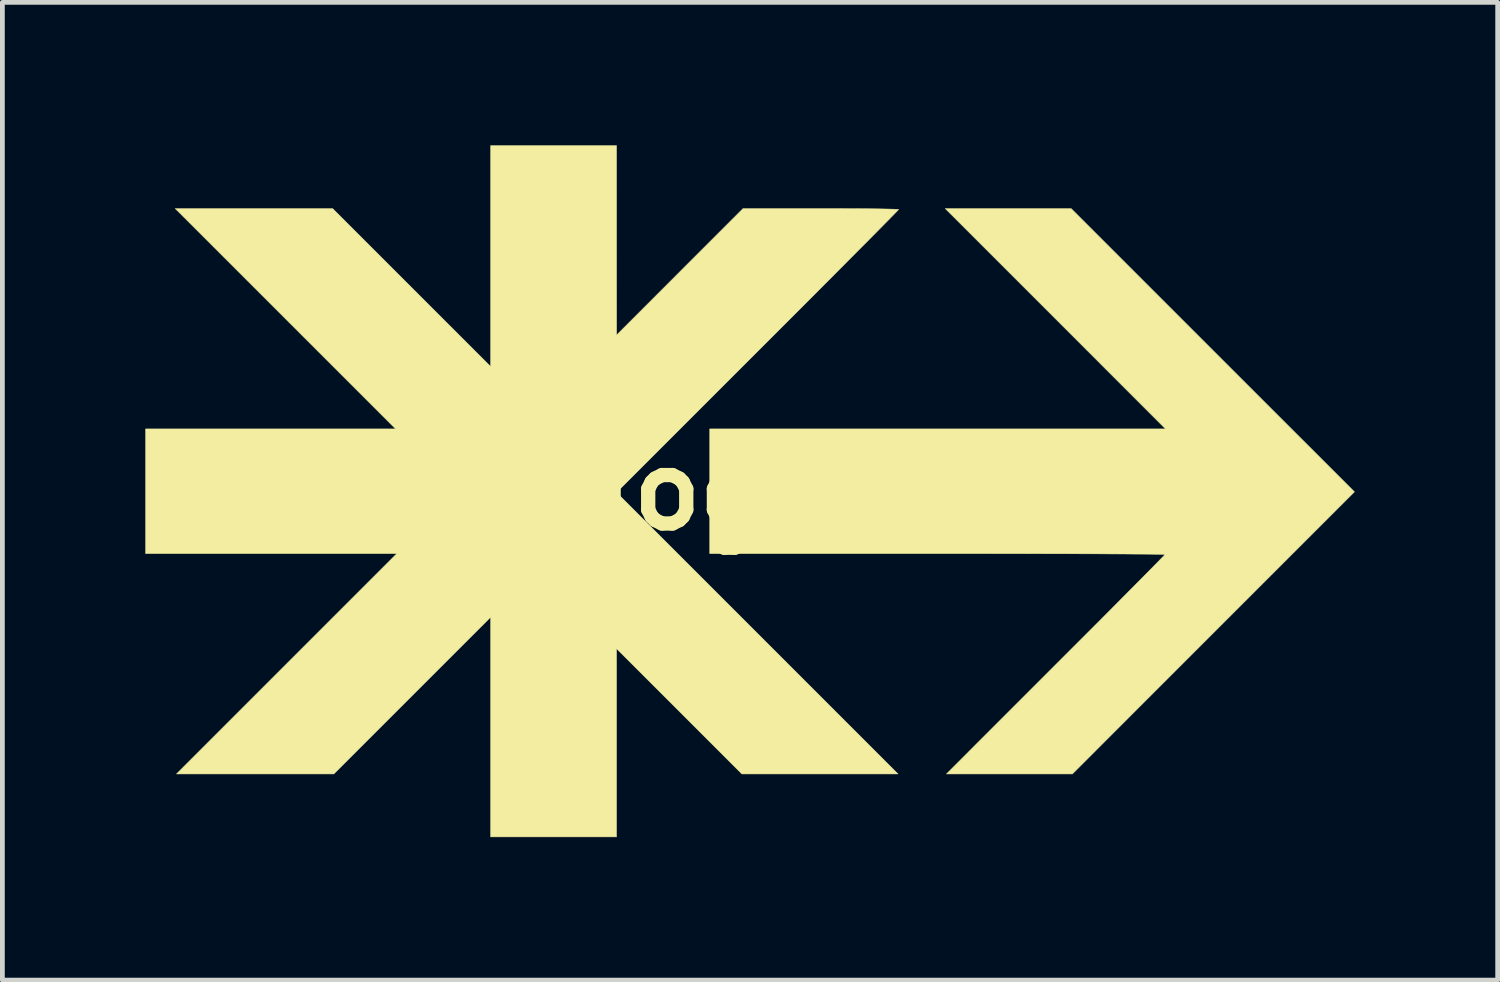
<source format=kicad_pcb>
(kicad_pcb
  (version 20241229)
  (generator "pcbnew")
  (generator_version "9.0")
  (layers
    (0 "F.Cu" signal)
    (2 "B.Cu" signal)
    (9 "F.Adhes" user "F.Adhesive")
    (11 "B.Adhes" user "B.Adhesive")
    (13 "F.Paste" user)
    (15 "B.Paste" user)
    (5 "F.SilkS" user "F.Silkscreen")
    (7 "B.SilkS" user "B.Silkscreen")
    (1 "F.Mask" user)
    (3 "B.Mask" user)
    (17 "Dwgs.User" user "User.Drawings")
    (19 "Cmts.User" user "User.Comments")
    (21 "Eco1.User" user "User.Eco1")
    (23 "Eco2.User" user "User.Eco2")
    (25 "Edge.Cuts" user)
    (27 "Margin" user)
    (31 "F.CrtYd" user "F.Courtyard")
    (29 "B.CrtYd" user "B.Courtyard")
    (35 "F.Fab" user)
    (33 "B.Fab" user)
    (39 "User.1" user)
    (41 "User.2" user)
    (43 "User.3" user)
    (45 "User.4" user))
  (footprint "logoX"
    (layer "F.Cu")
    (at 12.654 7.244)
    (property "Reference" "logoX" (at 0 0 0) (layer "F.SilkS") (effects (font (size 1.524 1.524) (thickness 0.3))))
    (attr through_hole)
    (fp_poly (pts (xy 9.741 -2.946) (xy 12.713 0.025) (xy 9.754 2.984) (xy 6.795 5.944) (xy 4.153 5.944) (xy 6.445 3.651) (xy 6.729 3.367) (xy 7.003 3.093) (xy 7.265 2.831) (xy 7.512 2.583) (xy 7.742 2.351) (xy 7.954 2.137) (xy 8.146 1.944) (xy 8.314 1.774) (xy 8.457 1.629) (xy 8.573 1.511) (xy 8.66 1.422) (xy 8.716 1.364) (xy 8.737 1.34) (xy 8.738 1.34) (xy 8.713 1.338) (xy 8.639 1.336) (xy 8.52 1.334) (xy 8.358 1.332) (xy 8.154 1.331) (xy 7.912 1.329) (xy 7.635 1.328) (xy 7.324 1.326) (xy 6.982 1.325) (xy 6.611 1.324) (xy 6.214 1.323) (xy 5.794 1.322) (xy 5.353 1.322) (xy 4.893 1.321) (xy 4.418 1.321) (xy 3.962 1.321) (xy -0.813 1.321) (xy -0.813 -1.295) (xy 8.75 -1.295) (xy 6.439 -3.607) (xy 4.128 -5.918) (xy 6.769 -5.918) (xy 9.741 -2.946)) (stroke (width 0.01) (type solid)) (fill yes) (layer "F.SilkS"))
    (fp_poly (pts (xy -2.768 -3.264) (xy -1.442 -4.591) (xy -0.115 -5.918) (xy 1.517 -5.918) (xy 1.8 -5.918) (xy 2.067 -5.917) (xy 2.315 -5.916) (xy 2.538 -5.914) (xy 2.734 -5.912) (xy 2.896 -5.909) (xy 3.022 -5.906) (xy 3.107 -5.903) (xy 3.147 -5.9) (xy 3.15 -5.899) (xy 3.132 -5.879) (xy 3.08 -5.826) (xy 2.996 -5.74) (xy 2.882 -5.624) (xy 2.739 -5.479) (xy 2.57 -5.308) (xy 2.376 -5.113) (xy 2.159 -4.895) (xy 1.922 -4.656) (xy 1.665 -4.398) (xy 1.391 -4.123) (xy 1.102 -3.833) (xy 0.799 -3.53) (xy 0.484 -3.215) (xy 0.19 -2.921) (xy -2.769 0.038) (xy 0.184 2.991) (xy 3.137 5.944) (xy -0.14 5.944) (xy -1.454 4.629) (xy -2.769 3.315) (xy -2.769 7.264) (xy -5.41 7.264) (xy -5.41 2.654) (xy -8.7 5.944) (xy -12.001 5.944) (xy -9.69 3.632) (xy -7.379 1.321) (xy -12.649 1.321) (xy -12.649 -1.295) (xy -10.027 -1.295) (xy -7.404 -1.295) (xy -9.716 -3.607) (xy -12.027 -5.918) (xy -10.376 -5.918) (xy -8.725 -5.918) (xy -7.068 -4.261) (xy -5.41 -2.604) (xy -5.41 -7.239) (xy -2.769 -7.239) (xy -2.768 -3.264)) (stroke (width 0.01) (type solid)) (fill yes) (layer "F.SilkS")))
  (gr_rect
    (start -3 -3)
    (end 28.372 17.513)
    (stroke (width 0.1) (type default))
    (fill no)
    (layer "Edge.Cuts")))
</source>
